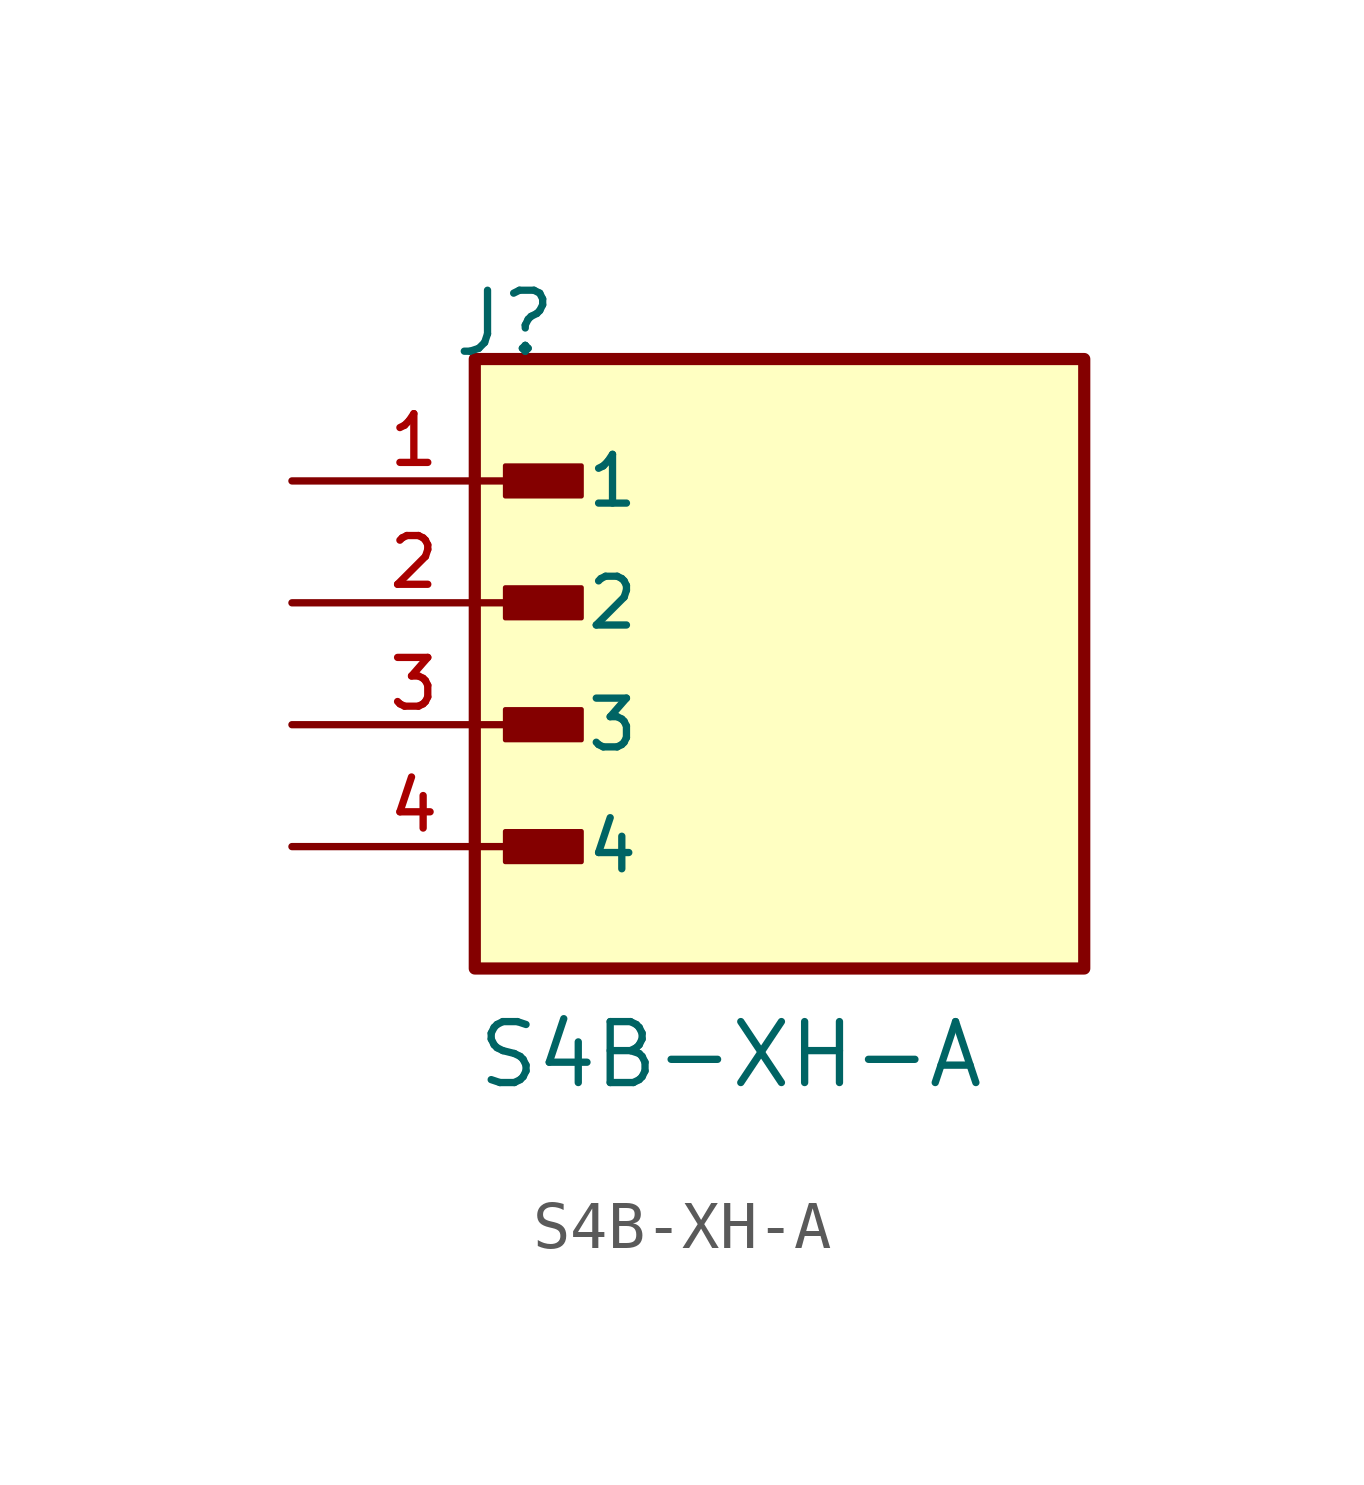
<source format=kicad_sym>
(kicad_symbol_lib
  (version 20211014)
  (generator kicad_symbol_editor)
  (symbol "S4B-XH-A"
    (pin_names
      (offset 1.016))
    (property "Reference" "J"
      (at -6.85 7.62 0)
      (effects (font (size 1.27 1.27)) (justify bottom left)))
    (property "Value" "S4B-XH-A"
      (at -6.35 -7.62 0)
      (effects (font (size 1.27 1.27)) (justify bottom left)))
    (symbol "S4B-XH-A_0_0"
      (rectangle (start -5.715 4.763) (end -4.128 5.397) (stroke (width 0.1)) (fill (type outline)))
      (rectangle (start -5.715 2.223) (end -4.128 2.857) (stroke (width 0.1)) (fill (type outline)))
      (rectangle (start -5.715 -0.318) (end -4.128 0.318) (stroke (width 0.1)) (fill (type outline)))
      (rectangle (start -5.715 -2.857) (end -4.128 -2.223) (stroke (width 0.1)) (fill (type outline)))
      (rectangle (start -6.35 -5.08) (end 6.35 7.62) (stroke (width 0.254)) (fill (type background)))
      (pin passive line (at -10.16 5.08 0) (length 5.08) (name "1" (effects (font (size 1.016 1.016)))) (number "1" (effects (font (size 1.016 1.016)))))
      (pin passive line (at -10.16 2.54 0) (length 5.08) (name "2" (effects (font (size 1.016 1.016)))) (number "2" (effects (font (size 1.016 1.016)))))
      (pin passive line (at -10.16 0.0 0) (length 5.08) (name "3" (effects (font (size 1.016 1.016)))) (number "3" (effects (font (size 1.016 1.016)))))
      (pin passive line (at -10.16 -2.54 0) (length 5.08) (name "4" (effects (font (size 1.016 1.016)))) (number "4" (effects (font (size 1.016 1.016))))))))
</source>
